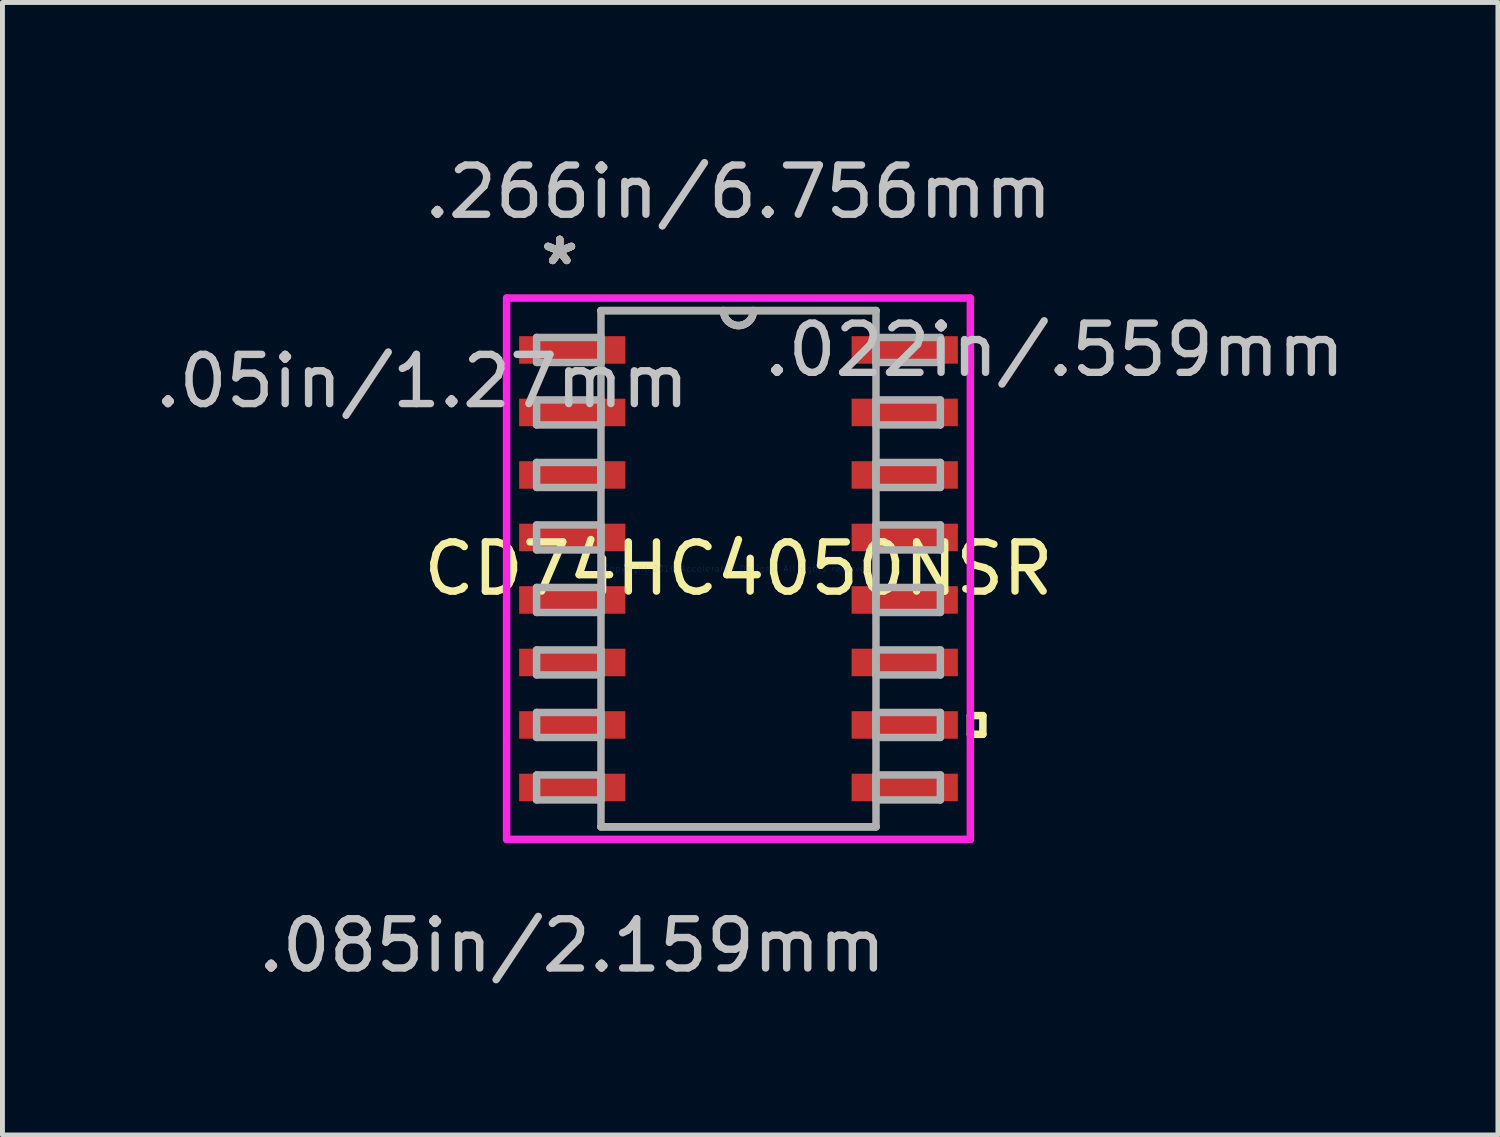
<source format=kicad_pcb>
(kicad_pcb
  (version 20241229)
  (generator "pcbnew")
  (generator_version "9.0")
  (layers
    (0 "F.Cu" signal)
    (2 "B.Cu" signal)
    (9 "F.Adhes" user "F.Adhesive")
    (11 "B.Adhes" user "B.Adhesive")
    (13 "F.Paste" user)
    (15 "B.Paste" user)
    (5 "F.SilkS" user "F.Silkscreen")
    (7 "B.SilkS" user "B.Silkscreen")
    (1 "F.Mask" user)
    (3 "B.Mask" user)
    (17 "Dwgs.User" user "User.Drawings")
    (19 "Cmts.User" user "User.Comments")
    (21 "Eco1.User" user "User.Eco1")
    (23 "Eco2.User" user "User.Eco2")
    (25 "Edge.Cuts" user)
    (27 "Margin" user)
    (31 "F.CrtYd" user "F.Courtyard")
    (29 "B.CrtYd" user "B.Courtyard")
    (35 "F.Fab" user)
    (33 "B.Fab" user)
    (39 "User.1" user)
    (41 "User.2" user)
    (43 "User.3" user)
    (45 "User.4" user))
  (footprint "CD74HC4050NSR"
    (layer "F.Cu")
    (at 11.956 8.506)
    (property "Reference" "CD74HC4050NSR" (at 0 0 0) (layer "F.SilkS") (effects (font (size 1 1) (thickness 0.15))))
    (attr through_hole)
    (fp_line (start -2.794 5.245) (end 2.794 5.245) (stroke (width 0.152) (type solid)) (layer "F.SilkS"))
    (fp_line (start 2.794 -5.245) (end -2.794 -5.245) (stroke (width 0.152) (type solid)) (layer "F.SilkS"))
    (fp_line (start 4.712 2.985) (end 4.966 2.985) (stroke (width 0.152) (type solid)) (layer "F.SilkS"))
    (fp_line (start 4.712 3.365) (end 4.712 2.985) (stroke (width 0.152) (type solid)) (layer "F.SilkS"))
    (fp_line (start 4.966 2.985) (end 4.966 3.365) (stroke (width 0.152) (type solid)) (layer "F.SilkS"))
    (fp_line (start 4.966 3.365) (end 4.712 3.365) (stroke (width 0.152) (type solid)) (layer "F.SilkS"))
    (fp_arc (start 0.3048 -5.2451) (mid 0 -4.9403) (end -0.3048 -5.2451) (stroke (width 0.1524) (type solid)) (layer "F.SilkS"))
    (fp_line (start -4.712 -5.499) (end 4.712 -5.499) (stroke (width 0.152) (type solid)) (layer "F.CrtYd"))
    (fp_line (start -4.712 5.499) (end -4.712 -5.499) (stroke (width 0.152) (type solid)) (layer "F.CrtYd"))
    (fp_line (start 4.712 -5.499) (end 4.712 5.499) (stroke (width 0.152) (type solid)) (layer "F.CrtYd"))
    (fp_line (start 4.712 5.499) (end -4.712 5.499) (stroke (width 0.152) (type solid)) (layer "F.CrtYd"))
    (fp_line (start -4.102 -4.699) (end -4.102 -4.191) (stroke (width 0.152) (type solid)) (layer "F.Fab"))
    (fp_line (start -4.102 -4.191) (end -2.794 -4.191) (stroke (width 0.152) (type solid)) (layer "F.Fab"))
    (fp_line (start -4.102 -3.429) (end -4.102 -2.921) (stroke (width 0.152) (type solid)) (layer "F.Fab"))
    (fp_line (start -4.102 -2.921) (end -2.794 -2.921) (stroke (width 0.152) (type solid)) (layer "F.Fab"))
    (fp_line (start -4.102 -2.159) (end -4.102 -1.651) (stroke (width 0.152) (type solid)) (layer "F.Fab"))
    (fp_line (start -4.102 -1.651) (end -2.794 -1.651) (stroke (width 0.152) (type solid)) (layer "F.Fab"))
    (fp_line (start -4.102 -0.889) (end -4.102 -0.381) (stroke (width 0.152) (type solid)) (layer "F.Fab"))
    (fp_line (start -4.102 -0.381) (end -2.794 -0.381) (stroke (width 0.152) (type solid)) (layer "F.Fab"))
    (fp_line (start -4.102 0.381) (end -4.102 0.889) (stroke (width 0.152) (type solid)) (layer "F.Fab"))
    (fp_line (start -4.102 0.889) (end -2.794 0.889) (stroke (width 0.152) (type solid)) (layer "F.Fab"))
    (fp_line (start -4.102 1.651) (end -4.102 2.159) (stroke (width 0.152) (type solid)) (layer "F.Fab"))
    (fp_line (start -4.102 2.159) (end -2.794 2.159) (stroke (width 0.152) (type solid)) (layer "F.Fab"))
    (fp_line (start -4.102 2.921) (end -4.102 3.429) (stroke (width 0.152) (type solid)) (layer "F.Fab"))
    (fp_line (start -4.102 3.429) (end -2.794 3.429) (stroke (width 0.152) (type solid)) (layer "F.Fab"))
    (fp_line (start -4.102 4.191) (end -4.102 4.699) (stroke (width 0.152) (type solid)) (layer "F.Fab"))
    (fp_line (start -4.102 4.699) (end -2.794 4.699) (stroke (width 0.152) (type solid)) (layer "F.Fab"))
    (fp_line (start -2.794 -5.245) (end -2.794 5.245) (stroke (width 0.152) (type solid)) (layer "F.Fab"))
    (fp_line (start -2.794 -4.699) (end -4.102 -4.699) (stroke (width 0.152) (type solid)) (layer "F.Fab"))
    (fp_line (start -2.794 -4.191) (end -2.794 -4.699) (stroke (width 0.152) (type solid)) (layer "F.Fab"))
    (fp_line (start -2.794 -3.429) (end -4.102 -3.429) (stroke (width 0.152) (type solid)) (layer "F.Fab"))
    (fp_line (start -2.794 -2.921) (end -2.794 -3.429) (stroke (width 0.152) (type solid)) (layer "F.Fab"))
    (fp_line (start -2.794 -2.159) (end -4.102 -2.159) (stroke (width 0.152) (type solid)) (layer "F.Fab"))
    (fp_line (start -2.794 -1.651) (end -2.794 -2.159) (stroke (width 0.152) (type solid)) (layer "F.Fab"))
    (fp_line (start -2.794 -0.889) (end -4.102 -0.889) (stroke (width 0.152) (type solid)) (layer "F.Fab"))
    (fp_line (start -2.794 -0.381) (end -2.794 -0.889) (stroke (width 0.152) (type solid)) (layer "F.Fab"))
    (fp_line (start -2.794 0.381) (end -4.102 0.381) (stroke (width 0.152) (type solid)) (layer "F.Fab"))
    (fp_line (start -2.794 0.889) (end -2.794 0.381) (stroke (width 0.152) (type solid)) (layer "F.Fab"))
    (fp_line (start -2.794 1.651) (end -4.102 1.651) (stroke (width 0.152) (type solid)) (layer "F.Fab"))
    (fp_line (start -2.794 2.159) (end -2.794 1.651) (stroke (width 0.152) (type solid)) (layer "F.Fab"))
    (fp_line (start -2.794 2.921) (end -4.102 2.921) (stroke (width 0.152) (type solid)) (layer "F.Fab"))
    (fp_line (start -2.794 3.429) (end -2.794 2.921) (stroke (width 0.152) (type solid)) (layer "F.Fab"))
    (fp_line (start -2.794 4.191) (end -4.102 4.191) (stroke (width 0.152) (type solid)) (layer "F.Fab"))
    (fp_line (start -2.794 4.699) (end -2.794 4.191) (stroke (width 0.152) (type solid)) (layer "F.Fab"))
    (fp_line (start -2.794 5.245) (end 2.794 5.245) (stroke (width 0.152) (type solid)) (layer "F.Fab"))
    (fp_line (start 2.794 -5.245) (end -2.794 -5.245) (stroke (width 0.152) (type solid)) (layer "F.Fab"))
    (fp_line (start 2.794 -4.699) (end 2.794 -4.191) (stroke (width 0.152) (type solid)) (layer "F.Fab"))
    (fp_line (start 2.794 -4.191) (end 4.102 -4.191) (stroke (width 0.152) (type solid)) (layer "F.Fab"))
    (fp_line (start 2.794 -3.429) (end 2.794 -2.921) (stroke (width 0.152) (type solid)) (layer "F.Fab"))
    (fp_line (start 2.794 -2.921) (end 4.102 -2.921) (stroke (width 0.152) (type solid)) (layer "F.Fab"))
    (fp_line (start 2.794 -2.159) (end 2.794 -1.651) (stroke (width 0.152) (type solid)) (layer "F.Fab"))
    (fp_line (start 2.794 -1.651) (end 4.102 -1.651) (stroke (width 0.152) (type solid)) (layer "F.Fab"))
    (fp_line (start 2.794 -0.889) (end 2.794 -0.381) (stroke (width 0.152) (type solid)) (layer "F.Fab"))
    (fp_line (start 2.794 -0.381) (end 4.102 -0.381) (stroke (width 0.152) (type solid)) (layer "F.Fab"))
    (fp_line (start 2.794 0.381) (end 2.794 0.889) (stroke (width 0.152) (type solid)) (layer "F.Fab"))
    (fp_line (start 2.794 0.889) (end 4.102 0.889) (stroke (width 0.152) (type solid)) (layer "F.Fab"))
    (fp_line (start 2.794 1.651) (end 2.794 2.159) (stroke (width 0.152) (type solid)) (layer "F.Fab"))
    (fp_line (start 2.794 2.159) (end 4.102 2.159) (stroke (width 0.152) (type solid)) (layer "F.Fab"))
    (fp_line (start 2.794 2.921) (end 2.794 3.429) (stroke (width 0.152) (type solid)) (layer "F.Fab"))
    (fp_line (start 2.794 3.429) (end 4.102 3.429) (stroke (width 0.152) (type solid)) (layer "F.Fab"))
    (fp_line (start 2.794 4.191) (end 2.794 4.699) (stroke (width 0.152) (type solid)) (layer "F.Fab"))
    (fp_line (start 2.794 4.699) (end 4.102 4.699) (stroke (width 0.152) (type solid)) (layer "F.Fab"))
    (fp_line (start 2.794 5.245) (end 2.794 -5.245) (stroke (width 0.152) (type solid)) (layer "F.Fab"))
    (fp_line (start 4.102 -4.699) (end 2.794 -4.699) (stroke (width 0.152) (type solid)) (layer "F.Fab"))
    (fp_line (start 4.102 -4.191) (end 4.102 -4.699) (stroke (width 0.152) (type solid)) (layer "F.Fab"))
    (fp_line (start 4.102 -3.429) (end 2.794 -3.429) (stroke (width 0.152) (type solid)) (layer "F.Fab"))
    (fp_line (start 4.102 -2.921) (end 4.102 -3.429) (stroke (width 0.152) (type solid)) (layer "F.Fab"))
    (fp_line (start 4.102 -2.159) (end 2.794 -2.159) (stroke (width 0.152) (type solid)) (layer "F.Fab"))
    (fp_line (start 4.102 -1.651) (end 4.102 -2.159) (stroke (width 0.152) (type solid)) (layer "F.Fab"))
    (fp_line (start 4.102 -0.889) (end 2.794 -0.889) (stroke (width 0.152) (type solid)) (layer "F.Fab"))
    (fp_line (start 4.102 -0.381) (end 4.102 -0.889) (stroke (width 0.152) (type solid)) (layer "F.Fab"))
    (fp_line (start 4.102 0.381) (end 2.794 0.381) (stroke (width 0.152) (type solid)) (layer "F.Fab"))
    (fp_line (start 4.102 0.889) (end 4.102 0.381) (stroke (width 0.152) (type solid)) (layer "F.Fab"))
    (fp_line (start 4.102 1.651) (end 2.794 1.651) (stroke (width 0.152) (type solid)) (layer "F.Fab"))
    (fp_line (start 4.102 2.159) (end 4.102 1.651) (stroke (width 0.152) (type solid)) (layer "F.Fab"))
    (fp_line (start 4.102 2.921) (end 2.794 2.921) (stroke (width 0.152) (type solid)) (layer "F.Fab"))
    (fp_line (start 4.102 3.429) (end 4.102 2.921) (stroke (width 0.152) (type solid)) (layer "F.Fab"))
    (fp_line (start 4.102 4.191) (end 2.794 4.191) (stroke (width 0.152) (type solid)) (layer "F.Fab"))
    (fp_line (start 4.102 4.699) (end 4.102 4.191) (stroke (width 0.152) (type solid)) (layer "F.Fab"))
    (fp_arc (start 0.3048 -5.2451) (mid 0 -4.9403) (end -0.3048 -5.2451) (stroke (width 0.1524) (type solid)) (layer "F.Fab"))
    (fp_text user "*" (at -3.632 -6.147 0) (layer "F.SilkS") (effects (font (size 1 1) (thickness 0.15))))
    (fp_text user "*" (at -3.632 -6.147 0) (layer "F.SilkS") (effects (font (size 1 1) (thickness 0.15))))
    (fp_text user ".085in/2.159mm" (at -3.378 7.658 0) (layer "Dwgs.User") (effects (font (size 1 1) (thickness 0.15))))
    (fp_text user ".05in/1.27mm" (at -6.426 -3.81 0) (layer "Dwgs.User") (effects (font (size 1 1) (thickness 0.15))))
    (fp_text user ".022in/.559mm" (at 6.426 -4.445 0) (layer "Dwgs.User") (effects (font (size 1 1) (thickness 0.15))))
    (fp_text user ".266in/6.756mm" (at 0 -7.658 0) (layer "Dwgs.User") (effects (font (size 1 1) (thickness 0.15))))
    (fp_text user "Copyright 2016 Accelerated Designs. All rights reserved." (at 0 0 0) (layer "Cmts.User") (effects (font (size 0.127 0.127) (thickness 0.002))))
    (fp_text user "*" (at -3.632 -6.147 0) (layer "F.Fab") (effects (font (size 1 1) (thickness 0.15))))
    (fp_text user "*" (at -3.632 -6.147 0) (layer "F.Fab") (effects (font (size 1 1) (thickness 0.15))))
    (pad "1" smd rect (at -3.378 -4.445) (size 2.159 0.559) (layers "F.Cu" "F.Mask" "F.Paste"))
    (pad "2" smd rect (at -3.378 -3.175) (size 2.159 0.559) (layers "F.Cu" "F.Mask" "F.Paste"))
    (pad "3" smd rect (at -3.378 -1.905) (size 2.159 0.559) (layers "F.Cu" "F.Mask" "F.Paste"))
    (pad "4" smd rect (at -3.378 -0.635) (size 2.159 0.559) (layers "F.Cu" "F.Mask" "F.Paste"))
    (pad "5" smd rect (at -3.378 0.635) (size 2.159 0.559) (layers "F.Cu" "F.Mask" "F.Paste"))
    (pad "6" smd rect (at -3.378 1.905) (size 2.159 0.559) (layers "F.Cu" "F.Mask" "F.Paste"))
    (pad "7" smd rect (at -3.378 3.175) (size 2.159 0.559) (layers "F.Cu" "F.Mask" "F.Paste"))
    (pad "8" smd rect (at -3.378 4.445) (size 2.159 0.559) (layers "F.Cu" "F.Mask" "F.Paste"))
    (pad "9" smd rect (at 3.378 4.445) (size 2.159 0.559) (layers "F.Cu" "F.Mask" "F.Paste"))
    (pad "10" smd rect (at 3.378 3.175) (size 2.159 0.559) (layers "F.Cu" "F.Mask" "F.Paste"))
    (pad "11" smd rect (at 3.378 1.905) (size 2.159 0.559) (layers "F.Cu" "F.Mask" "F.Paste"))
    (pad "12" smd rect (at 3.378 0.635) (size 2.159 0.559) (layers "F.Cu" "F.Mask" "F.Paste"))
    (pad "13" smd rect (at 3.378 -0.635) (size 2.159 0.559) (layers "F.Cu" "F.Mask" "F.Paste"))
    (pad "14" smd rect (at 3.378 -1.905) (size 2.159 0.559) (layers "F.Cu" "F.Mask" "F.Paste"))
    (pad "15" smd rect (at 3.378 -3.175) (size 2.159 0.559) (layers "F.Cu" "F.Mask" "F.Paste"))
    (pad "16" smd rect (at 3.378 -4.445) (size 2.159 0.559) (layers "F.Cu" "F.Mask" "F.Paste")))
  (gr_rect
    (start -3 -3)
    (end 27.388 20.013)
    (stroke (width 0.1) (type default))
    (fill no)
    (layer "Edge.Cuts")))
</source>
